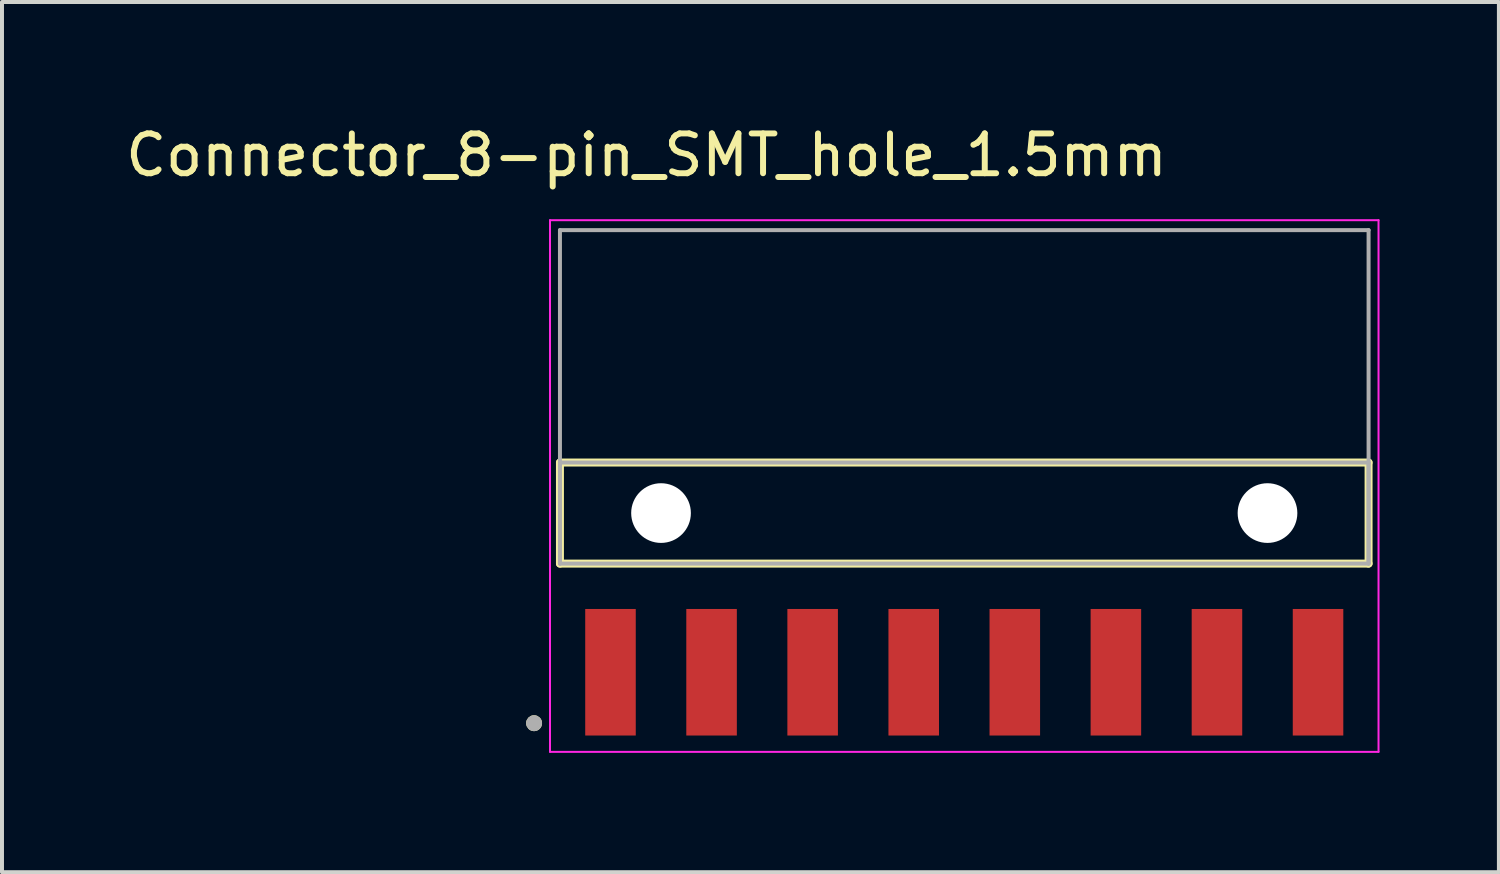
<source format=kicad_pcb>
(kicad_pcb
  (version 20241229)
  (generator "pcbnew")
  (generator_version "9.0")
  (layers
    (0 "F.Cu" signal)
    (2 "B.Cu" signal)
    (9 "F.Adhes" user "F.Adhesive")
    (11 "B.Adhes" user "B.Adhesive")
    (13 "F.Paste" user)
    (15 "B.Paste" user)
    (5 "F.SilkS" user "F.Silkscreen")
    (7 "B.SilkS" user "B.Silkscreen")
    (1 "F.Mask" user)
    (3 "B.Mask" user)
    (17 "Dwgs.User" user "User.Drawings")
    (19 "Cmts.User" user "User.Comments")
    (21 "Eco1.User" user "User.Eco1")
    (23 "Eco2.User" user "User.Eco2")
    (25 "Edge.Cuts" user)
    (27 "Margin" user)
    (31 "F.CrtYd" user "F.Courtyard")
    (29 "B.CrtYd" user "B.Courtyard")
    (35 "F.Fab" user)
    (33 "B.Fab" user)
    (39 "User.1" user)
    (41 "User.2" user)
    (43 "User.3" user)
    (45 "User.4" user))
  (footprint "Connector_8-pin_SMT_hole_1.5mm"
    (layer "F.Cu")
    (at 21.181 9.843)
    (property "Reference" "Connector_8-pin_SMT_hole_1.5mm" (at -7.985 -8.995 0) (layer "F.SilkS") (effects (font (size 1 1) (thickness 0.15))))
    (attr smd)
    (fp_line (start -10.16 1.27) (end -10.16 -1.27) (stroke (width 0.2) (type solid)) (layer "F.SilkS"))
    (fp_line (start 10.16 -1.27) (end -10.16 -1.27) (stroke (width 0.2) (type solid)) (layer "F.SilkS"))
    (fp_line (start 10.16 -1.27) (end 10.16 1.27) (stroke (width 0.2) (type solid)) (layer "F.SilkS"))
    (fp_line (start 10.16 1.27) (end -10.16 1.27) (stroke (width 0.2) (type solid)) (layer "F.SilkS"))
    (fp_circle (center -10.81 5.28) (end -10.71 5.28) (stroke (width 0.2) (type solid)) (fill no) (layer "F.SilkS"))
    (fp_line (start -10.41 -7.36) (end 10.41 -7.36) (stroke (width 0.05) (type solid)) (layer "F.CrtYd"))
    (fp_line (start -10.41 6) (end -10.41 -7.36) (stroke (width 0.05) (type solid)) (layer "F.CrtYd"))
    (fp_line (start 10.41 -7.36) (end 10.41 6) (stroke (width 0.05) (type solid)) (layer "F.CrtYd"))
    (fp_line (start 10.41 6) (end -10.41 6) (stroke (width 0.05) (type solid)) (layer "F.CrtYd"))
    (fp_line (start -10.16 -7.11) (end 10.16 -7.11) (stroke (width 0.1) (type solid)) (layer "F.Fab"))
    (fp_line (start -10.16 -1.27) (end 10.16 -1.27) (stroke (width 0.1) (type solid)) (layer "F.Fab"))
    (fp_line (start -10.16 1.27) (end -10.16 -7.11) (stroke (width 0.1) (type solid)) (layer "F.Fab"))
    (fp_line (start -10.16 1.27) (end -10.16 -1.27) (stroke (width 0.1) (type solid)) (layer "F.Fab"))
    (fp_line (start 10.16 -7.11) (end 10.16 1.27) (stroke (width 0.1) (type solid)) (layer "F.Fab"))
    (fp_line (start 10.16 -1.27) (end 10.16 1.27) (stroke (width 0.1) (type solid)) (layer "F.Fab"))
    (fp_line (start 10.16 1.27) (end -10.16 1.27) (stroke (width 0.1) (type solid)) (layer "F.Fab"))
    (fp_circle (center -10.81 5.28) (end -10.71 5.28) (stroke (width 0.2) (type solid)) (fill no) (layer "F.Fab"))
    (pad "" np_thru_hole circle (at -7.62 0) (size 1.5 1.5) (drill 1.5) (layers "*.Cu" "*.Mask"))
    (pad "" np_thru_hole circle (at 7.62 0) (size 1.5 1.5) (drill 1.5) (layers "*.Cu" "*.Mask"))
    (pad "1" smd rect (at -8.89 4) (size 1.27 3.18) (layers "F.Cu" "F.Mask" "F.Paste"))
    (pad "2" smd rect (at -6.35 4) (size 1.27 3.18) (layers "F.Cu" "F.Mask" "F.Paste"))
    (pad "3" smd rect (at -3.81 4) (size 1.27 3.18) (layers "F.Cu" "F.Mask" "F.Paste"))
    (pad "4" smd rect (at -1.27 4) (size 1.27 3.18) (layers "F.Cu" "F.Mask" "F.Paste"))
    (pad "5" smd rect (at 1.27 4) (size 1.27 3.18) (layers "F.Cu" "F.Mask" "F.Paste"))
    (pad "6" smd rect (at 3.81 4) (size 1.27 3.18) (layers "F.Cu" "F.Mask" "F.Paste"))
    (pad "7" smd rect (at 6.35 4) (size 1.27 3.18) (layers "F.Cu" "F.Mask" "F.Paste"))
    (pad "8" smd rect (at 8.89 4) (size 1.27 3.18) (layers "F.Cu" "F.Mask" "F.Paste")))
  (gr_rect
    (start -3 -3)
    (end 34.616 18.868)
    (stroke (width 0.1) (type default))
    (fill no)
    (layer "Edge.Cuts")))
</source>
